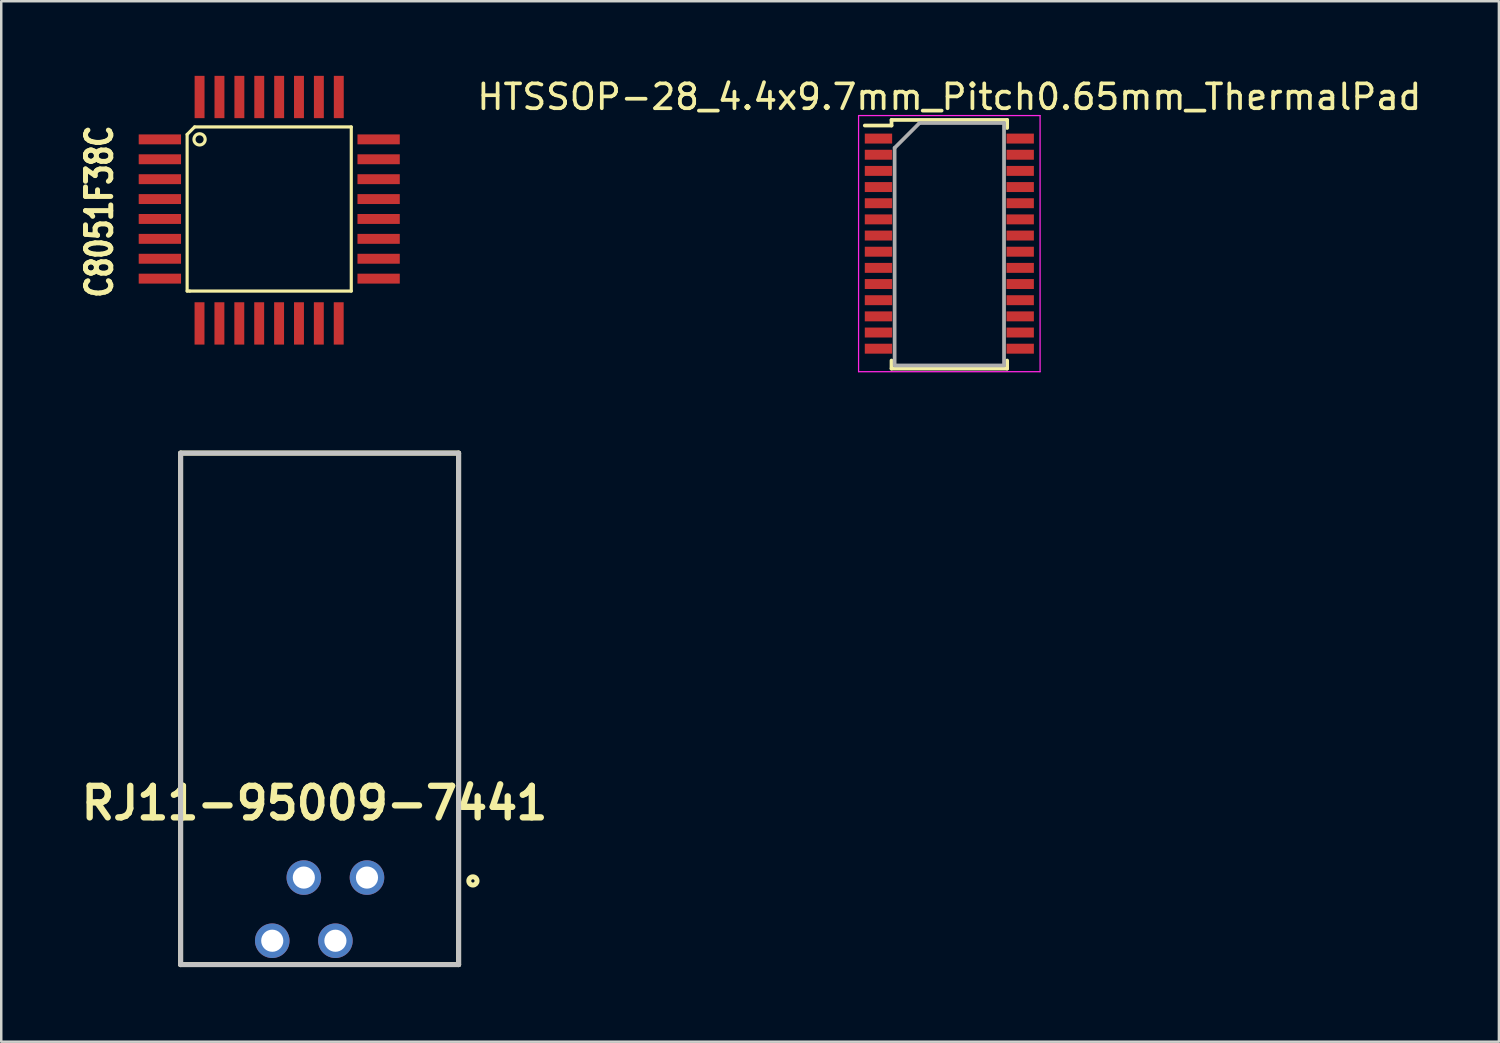
<source format=kicad_pcb>
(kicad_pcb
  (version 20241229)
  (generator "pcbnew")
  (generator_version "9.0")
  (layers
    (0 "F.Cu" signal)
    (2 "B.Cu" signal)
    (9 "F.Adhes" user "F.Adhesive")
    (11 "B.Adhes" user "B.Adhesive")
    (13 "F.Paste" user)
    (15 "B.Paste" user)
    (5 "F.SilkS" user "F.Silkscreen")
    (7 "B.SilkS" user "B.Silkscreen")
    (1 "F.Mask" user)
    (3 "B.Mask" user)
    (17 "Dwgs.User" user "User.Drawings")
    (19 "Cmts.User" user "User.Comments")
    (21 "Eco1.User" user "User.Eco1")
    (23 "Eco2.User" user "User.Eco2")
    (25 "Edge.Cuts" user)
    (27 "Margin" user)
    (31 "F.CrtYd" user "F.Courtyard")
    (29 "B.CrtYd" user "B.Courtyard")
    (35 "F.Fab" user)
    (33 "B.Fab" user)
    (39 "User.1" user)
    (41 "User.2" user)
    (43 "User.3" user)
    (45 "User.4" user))
  (footprint "HTSSOP-28_4.4x9.7mm_Pitch0.65mm_ThermalPad"
    (layer "F.Cu")
    (at 35.129 6.748)
    (property "Reference" "HTSSOP-28_4.4x9.7mm_Pitch0.65mm_ThermalPad" (at 0 -5.9 0) (layer "F.SilkS") (effects (font (size 1 1) (thickness 0.15))))
    (attr smd)
    (fp_line (start -2.325 -4.975) (end -2.325 -4.75) (stroke (width 0.15) (type solid)) (layer "F.SilkS"))
    (fp_line (start -2.325 -4.975) (end 2.325 -4.975) (stroke (width 0.15) (type solid)) (layer "F.SilkS"))
    (fp_line (start -2.325 -4.75) (end -3.4 -4.75) (stroke (width 0.15) (type solid)) (layer "F.SilkS"))
    (fp_line (start -2.325 5.026) (end -2.325 4.701) (stroke (width 0.15) (type solid)) (layer "F.SilkS"))
    (fp_line (start -2.325 5.026) (end 2.325 5.026) (stroke (width 0.15) (type solid)) (layer "F.SilkS"))
    (fp_line (start 2.325 -4.975) (end 2.325 -4.65) (stroke (width 0.15) (type solid)) (layer "F.SilkS"))
    (fp_line (start 2.325 5.026) (end 2.325 4.701) (stroke (width 0.15) (type solid)) (layer "F.SilkS"))
    (fp_line (start -3.65 -5.15) (end -3.65 5.15) (stroke (width 0.05) (type solid)) (layer "F.CrtYd"))
    (fp_line (start -3.65 -5.15) (end 3.65 -5.15) (stroke (width 0.05) (type solid)) (layer "F.CrtYd"))
    (fp_line (start -3.65 5.15) (end 3.65 5.15) (stroke (width 0.05) (type solid)) (layer "F.CrtYd"))
    (fp_line (start 3.65 -5.15) (end 3.65 5.15) (stroke (width 0.05) (type solid)) (layer "F.CrtYd"))
    (fp_line (start -2.2 -3.85) (end -1.2 -4.85) (stroke (width 0.15) (type solid)) (layer "F.Fab"))
    (fp_line (start -2.2 4.85) (end -2.2 -3.85) (stroke (width 0.15) (type solid)) (layer "F.Fab"))
    (fp_line (start -1.2 -4.85) (end 2.2 -4.85) (stroke (width 0.15) (type solid)) (layer "F.Fab"))
    (fp_line (start 2.2 -4.85) (end 2.2 4.85) (stroke (width 0.15) (type solid)) (layer "F.Fab"))
    (fp_line (start 2.2 4.901) (end -2.2 4.901) (stroke (width 0.15) (type solid)) (layer "F.Fab"))
    (pad "1" smd rect (at -2.85 -4.225) (size 1.1 0.4) (layers "F.Cu" "F.Mask" "F.Paste"))
    (pad "2" smd rect (at -2.85 -3.575) (size 1.1 0.4) (layers "F.Cu" "F.Mask" "F.Paste"))
    (pad "3" smd rect (at -2.85 -2.925) (size 1.1 0.4) (layers "F.Cu" "F.Mask" "F.Paste"))
    (pad "4" smd rect (at -2.85 -2.275) (size 1.1 0.4) (layers "F.Cu" "F.Mask" "F.Paste"))
    (pad "5" smd rect (at -2.85 -1.625) (size 1.1 0.4) (layers "F.Cu" "F.Mask" "F.Paste"))
    (pad "6" smd rect (at -2.85 -0.975) (size 1.1 0.4) (layers "F.Cu" "F.Mask" "F.Paste"))
    (pad "7" smd rect (at -2.85 -0.325) (size 1.1 0.4) (layers "F.Cu" "F.Mask" "F.Paste"))
    (pad "8" smd rect (at -2.85 0.325) (size 1.1 0.4) (layers "F.Cu" "F.Mask" "F.Paste"))
    (pad "9" smd rect (at -2.85 0.975) (size 1.1 0.4) (layers "F.Cu" "F.Mask" "F.Paste"))
    (pad "10" smd rect (at -2.85 1.625) (size 1.1 0.4) (layers "F.Cu" "F.Mask" "F.Paste"))
    (pad "11" smd rect (at -2.85 2.275) (size 1.1 0.4) (layers "F.Cu" "F.Mask" "F.Paste"))
    (pad "12" smd rect (at -2.85 2.925) (size 1.1 0.4) (layers "F.Cu" "F.Mask" "F.Paste"))
    (pad "13" smd rect (at -2.85 3.575) (size 1.1 0.4) (layers "F.Cu" "F.Mask" "F.Paste"))
    (pad "14" smd rect (at -2.85 4.225) (size 1.1 0.4) (layers "F.Cu" "F.Mask" "F.Paste"))
    (pad "15" smd rect (at 2.85 4.225) (size 1.1 0.4) (layers "F.Cu" "F.Mask" "F.Paste"))
    (pad "16" smd rect (at 2.85 3.575) (size 1.1 0.4) (layers "F.Cu" "F.Mask" "F.Paste"))
    (pad "17" smd rect (at 2.85 2.925) (size 1.1 0.4) (layers "F.Cu" "F.Mask" "F.Paste"))
    (pad "18" smd rect (at 2.85 2.275) (size 1.1 0.4) (layers "F.Cu" "F.Mask" "F.Paste"))
    (pad "19" smd rect (at 2.85 1.625) (size 1.1 0.4) (layers "F.Cu" "F.Mask" "F.Paste"))
    (pad "20" smd rect (at 2.85 0.975) (size 1.1 0.4) (layers "F.Cu" "F.Mask" "F.Paste"))
    (pad "21" smd rect (at 2.85 0.325) (size 1.1 0.4) (layers "F.Cu" "F.Mask" "F.Paste"))
    (pad "22" smd rect (at 2.85 -0.325) (size 1.1 0.4) (layers "F.Cu" "F.Mask" "F.Paste"))
    (pad "23" smd rect (at 2.85 -0.975) (size 1.1 0.4) (layers "F.Cu" "F.Mask" "F.Paste"))
    (pad "24" smd rect (at 2.85 -1.625) (size 1.1 0.4) (layers "F.Cu" "F.Mask" "F.Paste"))
    (pad "25" smd rect (at 2.85 -2.275) (size 1.1 0.4) (layers "F.Cu" "F.Mask" "F.Paste"))
    (pad "26" smd rect (at 2.85 -2.925) (size 1.1 0.4) (layers "F.Cu" "F.Mask" "F.Paste"))
    (pad "27" smd rect (at 2.85 -3.575) (size 1.1 0.4) (layers "F.Cu" "F.Mask" "F.Paste"))
    (pad "28" smd rect (at 2.85 -4.225) (size 1.1 0.4) (layers "F.Cu" "F.Mask" "F.Paste")))
  (footprint "C8051F38C"
    (layer "F.Cu")
    (at 7.778 5.357)
    (property "Reference" "C8051F38C" (at -6.833 0.102 270) (layer "F.SilkS") (effects (font (size 1.016 0.8) (thickness 0.201))))
    (attr smd)
    (fp_line (start -3.302 -3) (end -3.002 -3.302) (stroke (width 0.127) (type solid)) (layer "F.SilkS"))
    (fp_line (start -3.302 3.299) (end -3.302 -3) (stroke (width 0.127) (type solid)) (layer "F.SilkS"))
    (fp_line (start -3.2 3.299) (end -3.302 3.299) (stroke (width 0.127) (type solid)) (layer "F.SilkS"))
    (fp_line (start -3.002 -3.302) (end 3.299 -3.302) (stroke (width 0.127) (type solid)) (layer "F.SilkS"))
    (fp_line (start 3.299 -3.302) (end 3.299 3.299) (stroke (width 0.127) (type solid)) (layer "F.SilkS"))
    (fp_line (start 3.299 3.299) (end -3.2 3.299) (stroke (width 0.127) (type solid)) (layer "F.SilkS"))
    (fp_circle (center -2.802 -2.802) (end -2.601 -2.7) (stroke (width 0.127) (type solid)) (fill no) (layer "F.SilkS"))
    (pad "1" smd rect (at -4.399 -2.802) (size 1.702 0.399) (layers "F.Cu" "F.Mask" "F.Paste"))
    (pad "2" smd rect (at -4.399 -2.002) (size 1.702 0.399) (layers "F.Cu" "F.Mask" "F.Paste"))
    (pad "3" smd rect (at -4.399 -1.201) (size 1.702 0.399) (layers "F.Cu" "F.Mask" "F.Paste"))
    (pad "4" smd rect (at -4.399 -0.401) (size 1.702 0.399) (layers "F.Cu" "F.Mask" "F.Paste"))
    (pad "5" smd rect (at -4.399 0.399) (size 1.702 0.399) (layers "F.Cu" "F.Mask" "F.Paste"))
    (pad "6" smd rect (at -4.399 1.199) (size 1.702 0.399) (layers "F.Cu" "F.Mask" "F.Paste"))
    (pad "7" smd rect (at -4.399 1.999) (size 1.702 0.399) (layers "F.Cu" "F.Mask" "F.Paste"))
    (pad "8" smd rect (at -4.399 2.799) (size 1.702 0.399) (layers "F.Cu" "F.Mask" "F.Paste"))
    (pad "9" smd rect (at -2.804 4.6 90) (size 1.702 0.399) (layers "F.Cu" "F.Mask" "F.Paste"))
    (pad "10" smd rect (at -2.004 4.6 90) (size 1.702 0.399) (layers "F.Cu" "F.Mask" "F.Paste"))
    (pad "11" smd rect (at -1.204 4.6 90) (size 1.702 0.399) (layers "F.Cu" "F.Mask" "F.Paste"))
    (pad "12" smd rect (at -0.404 4.6 90) (size 1.702 0.399) (layers "F.Cu" "F.Mask" "F.Paste"))
    (pad "13" smd rect (at 0.396 4.6 90) (size 1.702 0.399) (layers "F.Cu" "F.Mask" "F.Paste"))
    (pad "14" smd rect (at 1.196 4.6 90) (size 1.702 0.399) (layers "F.Cu" "F.Mask" "F.Paste"))
    (pad "15" smd rect (at 1.994 4.6 90) (size 1.702 0.399) (layers "F.Cu" "F.Mask" "F.Paste"))
    (pad "16" smd rect (at 2.794 4.6 90) (size 1.702 0.399) (layers "F.Cu" "F.Mask" "F.Paste"))
    (pad "17" smd rect (at 4.399 2.799) (size 1.702 0.399) (layers "F.Cu" "F.Mask" "F.Paste"))
    (pad "18" smd rect (at 4.399 1.999) (size 1.702 0.399) (layers "F.Cu" "F.Mask" "F.Paste"))
    (pad "19" smd rect (at 4.399 1.199) (size 1.702 0.399) (layers "F.Cu" "F.Mask" "F.Paste"))
    (pad "20" smd rect (at 4.399 0.399) (size 1.702 0.399) (layers "F.Cu" "F.Mask" "F.Paste"))
    (pad "21" smd rect (at 4.399 -0.401) (size 1.702 0.399) (layers "F.Cu" "F.Mask" "F.Paste"))
    (pad "22" smd rect (at 4.399 -1.201) (size 1.702 0.399) (layers "F.Cu" "F.Mask" "F.Paste"))
    (pad "23" smd rect (at 4.399 -2.002) (size 1.702 0.399) (layers "F.Cu" "F.Mask" "F.Paste"))
    (pad "24" smd rect (at 4.399 -2.802) (size 1.702 0.399) (layers "F.Cu" "F.Mask" "F.Paste"))
    (pad "25" smd rect (at 2.797 -4.506 90) (size 1.702 0.399) (layers "F.Cu" "F.Mask" "F.Paste"))
    (pad "26" smd rect (at 1.996 -4.506 90) (size 1.702 0.399) (layers "F.Cu" "F.Mask" "F.Paste"))
    (pad "27" smd rect (at 1.196 -4.506 90) (size 1.702 0.399) (layers "F.Cu" "F.Mask" "F.Paste"))
    (pad "28" smd rect (at 0.399 -4.506 90) (size 1.702 0.399) (layers "F.Cu" "F.Mask" "F.Paste"))
    (pad "29" smd rect (at -0.401 -4.506 90) (size 1.702 0.399) (layers "F.Cu" "F.Mask" "F.Paste"))
    (pad "30" smd rect (at -1.201 -4.506 90) (size 1.702 0.399) (layers "F.Cu" "F.Mask" "F.Paste"))
    (pad "31" smd rect (at -2.002 -4.506 90) (size 1.702 0.399) (layers "F.Cu" "F.Mask" "F.Paste"))
    (pad "32" smd rect (at -2.802 -4.506 90) (size 1.702 0.399) (layers "F.Cu" "F.Mask" "F.Paste")))
  (footprint "RJ11-95009-7441"
    (layer "F.Cu")
    (at 9.804 15.173)
    (property "Reference" "RJ11-95009-7441" (at -0.206 14.075 0) (layer "F.SilkS") (effects (font (size 1.27 1.27) (thickness 0.254))))
    (attr through_hole)
    (fp_line (start -5.59 0) (end 5.59 0) (stroke (width 0.2) (type solid)) (layer "F.SilkS"))
    (fp_line (start -5.59 20.57) (end -5.59 0) (stroke (width 0.2) (type solid)) (layer "F.SilkS"))
    (fp_line (start 5.59 0) (end 5.59 20.57) (stroke (width 0.2) (type solid)) (layer "F.SilkS"))
    (fp_line (start 5.59 20.57) (end -5.59 20.57) (stroke (width 0.2) (type solid)) (layer "F.SilkS"))
    (fp_circle (center 6.165 17.205) (end 6.165 17.271) (stroke (width 0.2) (type solid)) (fill no) (layer "F.SilkS"))
    (fp_line (start -5.59 0) (end 5.59 0) (stroke (width 0.2) (type solid)) (layer "Dwgs.User"))
    (fp_line (start -5.59 20.57) (end -5.59 0) (stroke (width 0.2) (type solid)) (layer "Dwgs.User"))
    (fp_line (start 5.59 0) (end 5.59 20.57) (stroke (width 0.2) (type solid)) (layer "Dwgs.User"))
    (fp_line (start 5.59 20.57) (end -5.59 20.57) (stroke (width 0.2) (type solid)) (layer "Dwgs.User"))
    (pad "" np_thru_hole circle (at -3.81 10.72) (size 0.001 0.001) (drill 3.25) (layers "*.Cu" "*.Mask"))
    (pad "" np_thru_hole circle (at 3.81 10.72) (size 0.001 0.001) (drill 3.25) (layers "*.Cu" "*.Mask"))
    (pad "1" thru_hole circle (at 1.905 17.07) (size 1.39 1.39) (drill 0.89) (layers "*.Cu" "*.Mask"))
    (pad "2" thru_hole circle (at 0.635 19.61) (size 1.39 1.39) (drill 0.89) (layers "*.Cu" "*.Mask"))
    (pad "3" thru_hole circle (at -0.635 17.07) (size 1.39 1.39) (drill 0.89) (layers "*.Cu" "*.Mask"))
    (pad "4" thru_hole circle (at -1.905 19.61) (size 1.39 1.39) (drill 0.89) (layers "*.Cu" "*.Mask")))
  (gr_rect
    (start -3 -3)
    (end 57.231 38.843)
    (stroke (width 0.1) (type default))
    (fill no)
    (layer "Edge.Cuts")))
</source>
